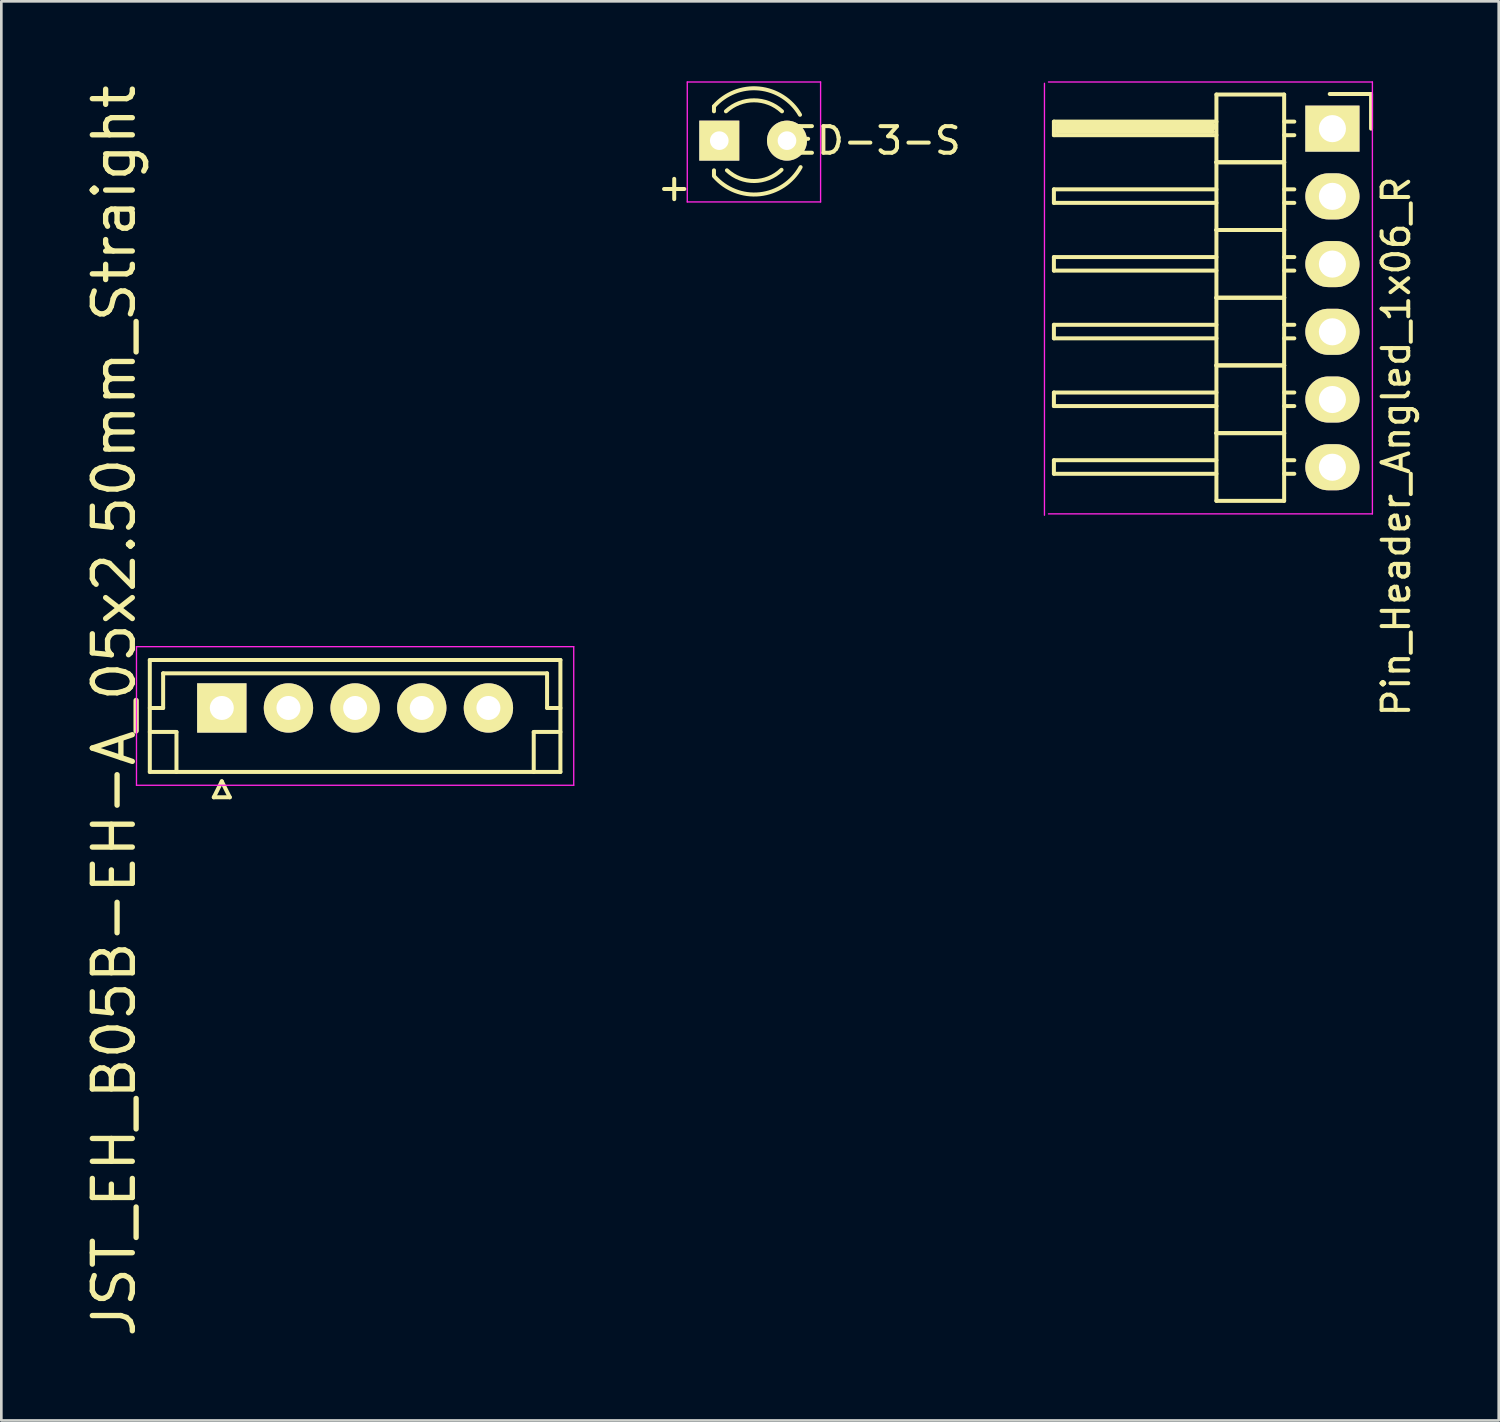
<source format=kicad_pcb>
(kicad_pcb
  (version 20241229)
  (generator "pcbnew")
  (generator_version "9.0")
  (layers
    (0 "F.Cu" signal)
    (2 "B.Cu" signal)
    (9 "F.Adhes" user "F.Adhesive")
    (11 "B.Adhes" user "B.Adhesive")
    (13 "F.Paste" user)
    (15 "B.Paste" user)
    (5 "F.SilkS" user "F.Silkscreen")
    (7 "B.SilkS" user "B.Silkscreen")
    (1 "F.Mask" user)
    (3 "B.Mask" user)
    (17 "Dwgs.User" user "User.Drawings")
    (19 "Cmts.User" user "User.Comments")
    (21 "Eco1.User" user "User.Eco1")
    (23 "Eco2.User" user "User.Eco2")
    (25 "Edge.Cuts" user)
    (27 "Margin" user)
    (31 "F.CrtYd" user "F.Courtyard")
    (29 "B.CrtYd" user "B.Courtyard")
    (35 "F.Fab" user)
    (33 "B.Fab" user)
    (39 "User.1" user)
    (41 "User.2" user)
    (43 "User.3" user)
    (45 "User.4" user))
  (footprint "JST_EH_B05B-EH-A_05x2.50mm_Straight"
    (layer "F.Cu")
    (at 5.269 23.504)
    (property "Reference" "JST_EH_B05B-EH-A_05x2.50mm_Straight" (at -4.04 0.11 90) (layer "F.SilkS") (effects (font (size 1.5 1.5) (thickness 0.2))))
    (attr through_hole)
    (fp_line (start -2.7 -1.8) (end -2.7 2.4) (stroke (width 0.15) (type solid)) (layer "F.SilkS"))
    (fp_line (start -2.7 0) (end -2.2 0) (stroke (width 0.15) (type solid)) (layer "F.SilkS"))
    (fp_line (start -2.7 0.9) (end -1.7 0.9) (stroke (width 0.15) (type solid)) (layer "F.SilkS"))
    (fp_line (start -2.7 2.4) (end 12.7 2.4) (stroke (width 0.15) (type solid)) (layer "F.SilkS"))
    (fp_line (start -2.2 -1.3) (end 12.2 -1.3) (stroke (width 0.15) (type solid)) (layer "F.SilkS"))
    (fp_line (start -2.2 0) (end -2.2 -1.3) (stroke (width 0.15) (type solid)) (layer "F.SilkS"))
    (fp_line (start -1.7 0.9) (end -1.7 2.4) (stroke (width 0.15) (type solid)) (layer "F.SilkS"))
    (fp_line (start -0.3 3.35) (end 0.3 3.35) (stroke (width 0.15) (type solid)) (layer "F.SilkS"))
    (fp_line (start 0 2.75) (end -0.3 3.35) (stroke (width 0.15) (type solid)) (layer "F.SilkS"))
    (fp_line (start 0.3 3.35) (end 0 2.75) (stroke (width 0.15) (type solid)) (layer "F.SilkS"))
    (fp_line (start 11.7 0.9) (end 11.7 2.4) (stroke (width 0.15) (type solid)) (layer "F.SilkS"))
    (fp_line (start 12.2 -1.3) (end 12.2 0) (stroke (width 0.15) (type solid)) (layer "F.SilkS"))
    (fp_line (start 12.2 0) (end 12.7 0) (stroke (width 0.15) (type solid)) (layer "F.SilkS"))
    (fp_line (start 12.7 -1.8) (end -2.7 -1.8) (stroke (width 0.15) (type solid)) (layer "F.SilkS"))
    (fp_line (start 12.7 0.9) (end 11.7 0.9) (stroke (width 0.15) (type solid)) (layer "F.SilkS"))
    (fp_line (start 12.7 2.4) (end 12.7 -1.8) (stroke (width 0.15) (type solid)) (layer "F.SilkS"))
    (fp_line (start -3.2 -2.3) (end -3.2 2.9) (stroke (width 0.05) (type solid)) (layer "F.CrtYd"))
    (fp_line (start -3.2 2.9) (end 13.2 2.9) (stroke (width 0.05) (type solid)) (layer "F.CrtYd"))
    (fp_line (start 13.2 -2.3) (end -3.2 -2.3) (stroke (width 0.05) (type solid)) (layer "F.CrtYd"))
    (fp_line (start 13.2 2.9) (end 13.2 -2.3) (stroke (width 0.05) (type solid)) (layer "F.CrtYd"))
    (pad "1" thru_hole rect (at 0 0) (size 1.85 1.85) (drill 0.9) (layers "*.Cu" "*.Mask" "F.SilkS"))
    (pad "2" thru_hole circle (at 2.5 0) (size 1.85 1.85) (drill 0.9) (layers "*.Cu" "*.Mask" "F.SilkS"))
    (pad "3" thru_hole circle (at 5 0) (size 1.85 1.85) (drill 0.9) (layers "*.Cu" "*.Mask" "F.SilkS"))
    (pad "4" thru_hole circle (at 7.5 0) (size 1.85 1.85) (drill 0.9) (layers "*.Cu" "*.Mask" "F.SilkS"))
    (pad "5" thru_hole circle (at 10 0) (size 1.85 1.85) (drill 0.9) (layers "*.Cu" "*.Mask" "F.SilkS")))
  (footprint "Pin_Header_Angled_1x06_R"
    (layer "F.Cu")
    (at 46.925 1.775)
    (property "Reference" "Pin_Header_Angled_1x06_R" (at 2.39 11.92 90) (layer "F.SilkS") (effects (font (size 1 1) (thickness 0.15))))
    (attr through_hole)
    (fp_line (start -10.446 -0.263) (end -4.35 -0.263) (stroke (width 0.15) (type solid)) (layer "F.SilkS"))
    (fp_line (start -10.446 0.245) (end -10.446 -0.263) (stroke (width 0.15) (type solid)) (layer "F.SilkS"))
    (fp_line (start -10.446 2.277) (end -4.35 2.277) (stroke (width 0.15) (type solid)) (layer "F.SilkS"))
    (fp_line (start -10.446 2.785) (end -10.446 2.277) (stroke (width 0.15) (type solid)) (layer "F.SilkS"))
    (fp_line (start -10.446 4.817) (end -4.35 4.817) (stroke (width 0.15) (type solid)) (layer "F.SilkS"))
    (fp_line (start -10.446 5.325) (end -10.446 4.817) (stroke (width 0.15) (type solid)) (layer "F.SilkS"))
    (fp_line (start -10.446 7.357) (end -4.35 7.357) (stroke (width 0.15) (type solid)) (layer "F.SilkS"))
    (fp_line (start -10.446 7.865) (end -10.446 7.357) (stroke (width 0.15) (type solid)) (layer "F.SilkS"))
    (fp_line (start -10.446 9.897) (end -4.35 9.897) (stroke (width 0.15) (type solid)) (layer "F.SilkS"))
    (fp_line (start -10.446 10.405) (end -10.446 9.897) (stroke (width 0.15) (type solid)) (layer "F.SilkS"))
    (fp_line (start -10.446 12.437) (end -4.35 12.437) (stroke (width 0.15) (type solid)) (layer "F.SilkS"))
    (fp_line (start -10.446 12.945) (end -10.446 12.437) (stroke (width 0.15) (type solid)) (layer "F.SilkS"))
    (fp_line (start -10.319 -0.136) (end -4.477 -0.136) (stroke (width 0.15) (type solid)) (layer "F.SilkS"))
    (fp_line (start -10.319 0.118) (end -10.319 -0.136) (stroke (width 0.15) (type solid)) (layer "F.SilkS"))
    (fp_line (start -4.477 -0.136) (end -4.477 -0.009) (stroke (width 0.15) (type solid)) (layer "F.SilkS"))
    (fp_line (start -4.477 -0.009) (end -10.319 -0.009) (stroke (width 0.15) (type solid)) (layer "F.SilkS"))
    (fp_line (start -4.477 0.118) (end -10.319 0.118) (stroke (width 0.15) (type solid)) (layer "F.SilkS"))
    (fp_line (start -4.35 -1.279) (end -4.35 1.261) (stroke (width 0.15) (type solid)) (layer "F.SilkS"))
    (fp_line (start -4.35 0.245) (end -10.446 0.245) (stroke (width 0.15) (type solid)) (layer "F.SilkS"))
    (fp_line (start -4.35 1.261) (end -4.35 3.801) (stroke (width 0.15) (type solid)) (layer "F.SilkS"))
    (fp_line (start -4.35 2.785) (end -10.446 2.785) (stroke (width 0.15) (type solid)) (layer "F.SilkS"))
    (fp_line (start -4.35 3.801) (end -4.35 6.341) (stroke (width 0.15) (type solid)) (layer "F.SilkS"))
    (fp_line (start -4.35 5.325) (end -10.446 5.325) (stroke (width 0.15) (type solid)) (layer "F.SilkS"))
    (fp_line (start -4.35 6.341) (end -4.35 8.881) (stroke (width 0.15) (type solid)) (layer "F.SilkS"))
    (fp_line (start -4.35 7.865) (end -10.446 7.865) (stroke (width 0.15) (type solid)) (layer "F.SilkS"))
    (fp_line (start -4.35 8.881) (end -4.35 11.421) (stroke (width 0.15) (type solid)) (layer "F.SilkS"))
    (fp_line (start -4.35 10.405) (end -10.446 10.405) (stroke (width 0.15) (type solid)) (layer "F.SilkS"))
    (fp_line (start -4.35 11.421) (end -4.35 13.961) (stroke (width 0.15) (type solid)) (layer "F.SilkS"))
    (fp_line (start -4.35 12.945) (end -10.446 12.945) (stroke (width 0.15) (type solid)) (layer "F.SilkS"))
    (fp_line (start -1.81 -1.279) (end -4.35 -1.279) (stroke (width 0.15) (type solid)) (layer "F.SilkS"))
    (fp_line (start -1.81 -0.263) (end -1.429 -0.263) (stroke (width 0.15) (type solid)) (layer "F.SilkS"))
    (fp_line (start -1.81 0.245) (end -1.429 0.245) (stroke (width 0.15) (type solid)) (layer "F.SilkS"))
    (fp_line (start -1.81 1.261) (end -4.35 1.261) (stroke (width 0.15) (type solid)) (layer "F.SilkS"))
    (fp_line (start -1.81 1.261) (end -4.35 1.261) (stroke (width 0.15) (type solid)) (layer "F.SilkS"))
    (fp_line (start -1.81 1.261) (end -1.81 -1.279) (stroke (width 0.15) (type solid)) (layer "F.SilkS"))
    (fp_line (start -1.81 2.277) (end -1.429 2.277) (stroke (width 0.15) (type solid)) (layer "F.SilkS"))
    (fp_line (start -1.81 2.785) (end -1.429 2.785) (stroke (width 0.15) (type solid)) (layer "F.SilkS"))
    (fp_line (start -1.81 3.801) (end -4.35 3.801) (stroke (width 0.15) (type solid)) (layer "F.SilkS"))
    (fp_line (start -1.81 3.801) (end -4.35 3.801) (stroke (width 0.15) (type solid)) (layer "F.SilkS"))
    (fp_line (start -1.81 3.801) (end -1.81 1.261) (stroke (width 0.15) (type solid)) (layer "F.SilkS"))
    (fp_line (start -1.81 4.817) (end -1.429 4.817) (stroke (width 0.15) (type solid)) (layer "F.SilkS"))
    (fp_line (start -1.81 5.325) (end -1.429 5.325) (stroke (width 0.15) (type solid)) (layer "F.SilkS"))
    (fp_line (start -1.81 6.341) (end -4.35 6.341) (stroke (width 0.15) (type solid)) (layer "F.SilkS"))
    (fp_line (start -1.81 6.341) (end -4.35 6.341) (stroke (width 0.15) (type solid)) (layer "F.SilkS"))
    (fp_line (start -1.81 6.341) (end -1.81 3.801) (stroke (width 0.15) (type solid)) (layer "F.SilkS"))
    (fp_line (start -1.81 7.357) (end -1.429 7.357) (stroke (width 0.15) (type solid)) (layer "F.SilkS"))
    (fp_line (start -1.81 7.865) (end -1.429 7.865) (stroke (width 0.15) (type solid)) (layer "F.SilkS"))
    (fp_line (start -1.81 8.881) (end -4.35 8.881) (stroke (width 0.15) (type solid)) (layer "F.SilkS"))
    (fp_line (start -1.81 8.881) (end -4.35 8.881) (stroke (width 0.15) (type solid)) (layer "F.SilkS"))
    (fp_line (start -1.81 8.881) (end -1.81 6.341) (stroke (width 0.15) (type solid)) (layer "F.SilkS"))
    (fp_line (start -1.81 9.897) (end -1.429 9.897) (stroke (width 0.15) (type solid)) (layer "F.SilkS"))
    (fp_line (start -1.81 10.405) (end -1.429 10.405) (stroke (width 0.15) (type solid)) (layer "F.SilkS"))
    (fp_line (start -1.81 11.421) (end -4.35 11.421) (stroke (width 0.15) (type solid)) (layer "F.SilkS"))
    (fp_line (start -1.81 11.421) (end -4.35 11.421) (stroke (width 0.15) (type solid)) (layer "F.SilkS"))
    (fp_line (start -1.81 11.421) (end -1.81 8.881) (stroke (width 0.15) (type solid)) (layer "F.SilkS"))
    (fp_line (start -1.81 12.437) (end -1.429 12.437) (stroke (width 0.15) (type solid)) (layer "F.SilkS"))
    (fp_line (start -1.81 12.945) (end -1.429 12.945) (stroke (width 0.15) (type solid)) (layer "F.SilkS"))
    (fp_line (start -1.81 13.961) (end -4.35 13.961) (stroke (width 0.15) (type solid)) (layer "F.SilkS"))
    (fp_line (start -1.81 13.961) (end -1.81 11.421) (stroke (width 0.15) (type solid)) (layer "F.SilkS"))
    (fp_line (start 1.45 -1.3) (end -0.1 -1.3) (stroke (width 0.15) (type solid)) (layer "F.SilkS"))
    (fp_line (start 1.45 0) (end 1.45 -1.3) (stroke (width 0.15) (type solid)) (layer "F.SilkS"))
    (fp_line (start -10.8 14.5) (end -10.8 -1.7) (stroke (width 0.05) (type solid)) (layer "F.CrtYd"))
    (fp_line (start 1.5 -1.75) (end -10.65 -1.75) (stroke (width 0.05) (type solid)) (layer "F.CrtYd"))
    (fp_line (start 1.5 14.45) (end -10.65 14.45) (stroke (width 0.05) (type solid)) (layer "F.CrtYd"))
    (fp_line (start 1.5 14.45) (end 1.5 -1.75) (stroke (width 0.05) (type solid)) (layer "F.CrtYd"))
    (pad "1" thru_hole rect (at 0 0) (size 2.032 1.727) (drill 1.016) (layers "*.Cu" "*.Mask" "F.SilkS"))
    (pad "2" thru_hole oval (at 0 2.54) (size 2.032 1.727) (drill 1.016) (layers "*.Cu" "*.Mask" "F.SilkS"))
    (pad "3" thru_hole oval (at 0 5.08) (size 2.032 1.727) (drill 1.016) (layers "*.Cu" "*.Mask" "F.SilkS"))
    (pad "4" thru_hole oval (at 0 7.62) (size 2.032 1.727) (drill 1.016) (layers "*.Cu" "*.Mask" "F.SilkS"))
    (pad "5" thru_hole oval (at 0 10.16) (size 2.032 1.727) (drill 1.016) (layers "*.Cu" "*.Mask" "F.SilkS"))
    (pad "6" thru_hole oval (at 0 12.7) (size 2.032 1.727) (drill 1.016) (layers "*.Cu" "*.Mask" "F.SilkS")))
  (footprint "LED-3-S"
    (layer "F.Cu")
    (at 23.928 2.225)
    (property "Reference" "LED-3-S" (at 5.5 0 0) (layer "F.SilkS") (effects (font (size 1 1) (thickness 0.15))))
    (attr through_hole)
    (fp_line (start -0.199 -1.28) (end -0.199 -1.1) (stroke (width 0.15) (type solid)) (layer "F.SilkS"))
    (fp_line (start -0.199 1.314) (end -0.199 1.114) (stroke (width 0.15) (type solid)) (layer "F.SilkS"))
    (fp_arc (start -0.199 -1.286) (mid 1.495903 -1.954571) (end 3.028744 -0.969643) (stroke (width 0.15) (type solid)) (layer "F.SilkS"))
    (fp_arc (start 0.25 -1.1) (mid 1.301686 -1.512142) (end 2.353005 -1.099067) (stroke (width 0.15) (type solid)) (layer "F.SilkS"))
    (fp_arc (start 2.335 1.094) (mid 1.31492 1.51473) (end 0.287111 1.113252) (stroke (width 0.15) (type solid)) (layer "F.SilkS"))
    (fp_arc (start 3.051 0.994) (mid 1.522637 2.009958) (end -0.18622 1.340726) (stroke (width 0.15) (type solid)) (layer "F.SilkS"))
    (fp_line (start -1.2 -2.2) (end -1.2 2.3) (stroke (width 0.05) (type solid)) (layer "F.CrtYd"))
    (fp_line (start -1.2 2.3) (end 3.8 2.3) (stroke (width 0.05) (type solid)) (layer "F.CrtYd"))
    (fp_line (start 3.8 -2.2) (end -1.2 -2.2) (stroke (width 0.05) (type solid)) (layer "F.CrtYd"))
    (fp_line (start 3.8 2.3) (end 3.8 -2.2) (stroke (width 0.05) (type solid)) (layer "F.CrtYd"))
    (fp_text user "+" (at -1.69 1.74 0) (layer "F.SilkS") (effects (font (size 1 1) (thickness 0.15))))
    (pad "1" thru_hole rect (at 0 0 90) (size 1.5 1.5) (drill 0.7) (layers "*.Cu" "*.Mask" "F.SilkS"))
    (pad "2" thru_hole circle (at 2.54 0) (size 1.5 1.5) (drill 0.7) (layers "*.Cu" "*.Mask" "F.SilkS")))
  (gr_rect
    (start -3 -3)
    (end 53.163 50.229)
    (stroke (width 0.1) (type default))
    (fill no)
    (layer "Edge.Cuts")))
</source>
